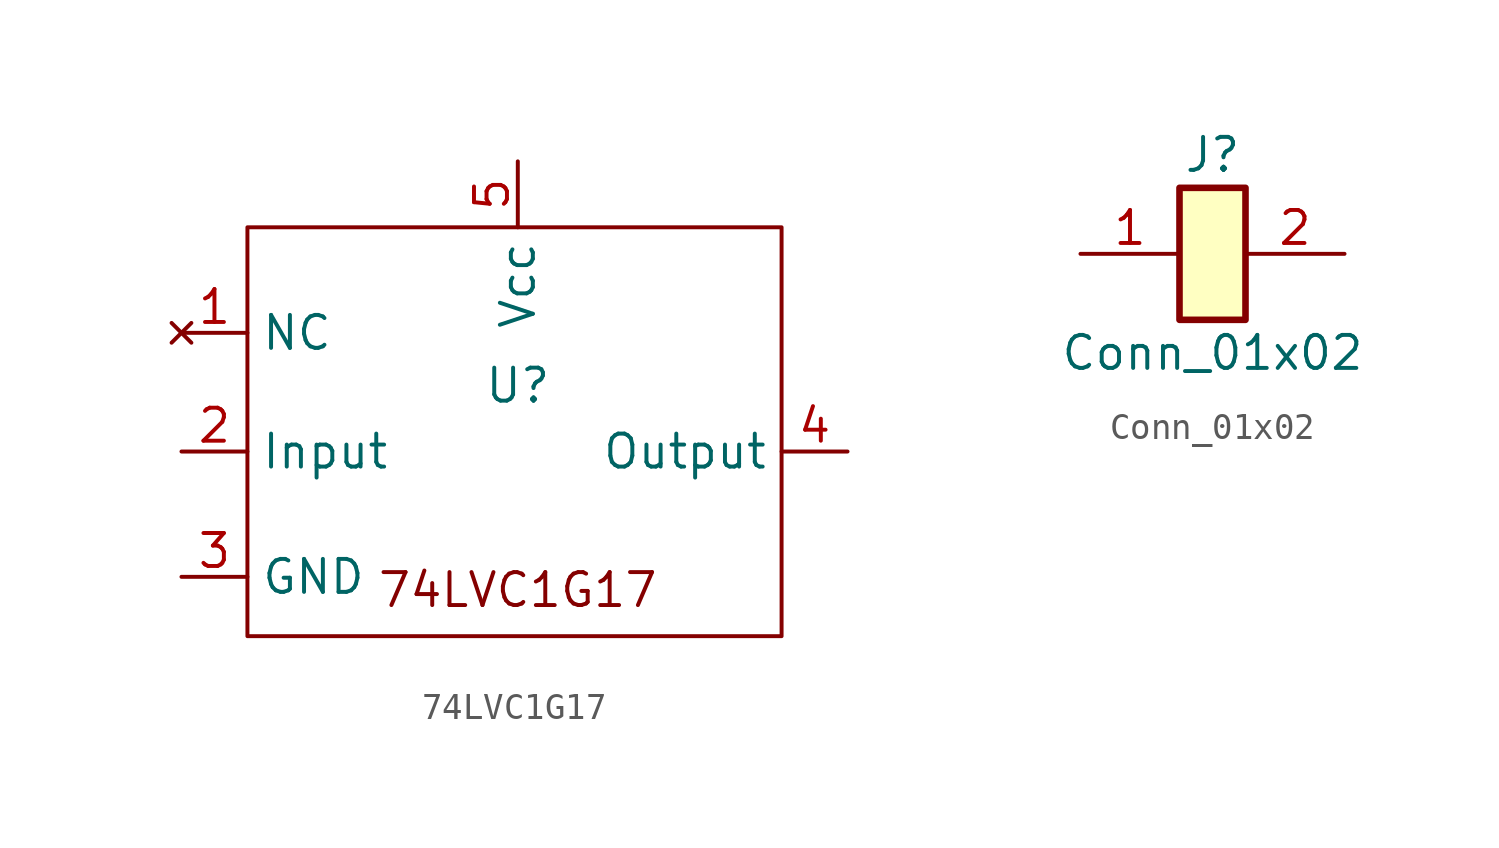
<source format=kicad_sym>
(kicad_symbol_lib
  (version 20220914)
  (generator kicad_symbol_editor)
  (symbol "74LVC1G17"
    (property "Reference" "U"
      (at 0 6.096 0)
      (effects (font (size 1.27 1.27))))
    (property "Value" ""
      (at 0 0 0)
      (effects (font (size 1.27 1.27))))
    (symbol "74LVC1G17_0_1"
      (rectangle (start -10.414 12.192) (end 10.16 -3.556) (stroke (width 0) (type default)) (fill (type none))))
    (symbol "74LVC1G17_1_1"
      (text "74LVC1G17" (at 0 -1.778 0) (effects (font (size 1.27 1.27))))
      (pin no_connect line (at -12.954 8.128 0) (length 2.54) (name "NC" (effects (font (size 1.27 1.27)))) (number "1" (effects (font (size 1.27 1.27)))))
      (pin input line (at -12.954 3.556 0) (length 2.54) (name "Input" (effects (font (size 1.27 1.27)))) (number "2" (effects (font (size 1.27 1.27)))))
      (pin input line (at -12.954 -1.27 0) (length 2.54) (name "GND" (effects (font (size 1.27 1.27)))) (number "3" (effects (font (size 1.27 1.27)))))
      (pin input line (at 12.7 3.556 180) (length 2.54) (name "Output" (effects (font (size 1.27 1.27)))) (number "4" (effects (font (size 1.27 1.27)))))
      (pin input line (at 0 14.732 270) (length 2.54) (name "Vcc" (effects (font (size 1.27 1.27)))) (number "5" (effects (font (size 1.27 1.27)))))))
  (symbol "Conn_01x02"
    (pin_names
      (offset 1.016) hide)
    (property "Reference" "J"
      (at 0 2.54 0)
      (effects (font (size 1.27 1.27))))
    (property "Value" "Conn_01x02"
      (at 0 -5.08 0)
      (effects (font (size 1.27 1.27))))
    (symbol "Conn_01x02_1_1"
      (rectangle (start -1.27 1.27) (end 1.27 -3.81) (stroke (width 0.254) (type default)) (fill (type background)))
      (pin passive line (at -5.08 -1.27 0) (length 3.81) (name "Pin_1" (effects (font (size 1.27 1.27)))) (number "1" (effects (font (size 1.27 1.27)))))
      (pin passive line (at 5.08 -1.27 180) (length 3.81) (name "Pin_2" (effects (font (size 1.27 1.27)))) (number "2" (effects (font (size 1.27 1.27))))))))
</source>
